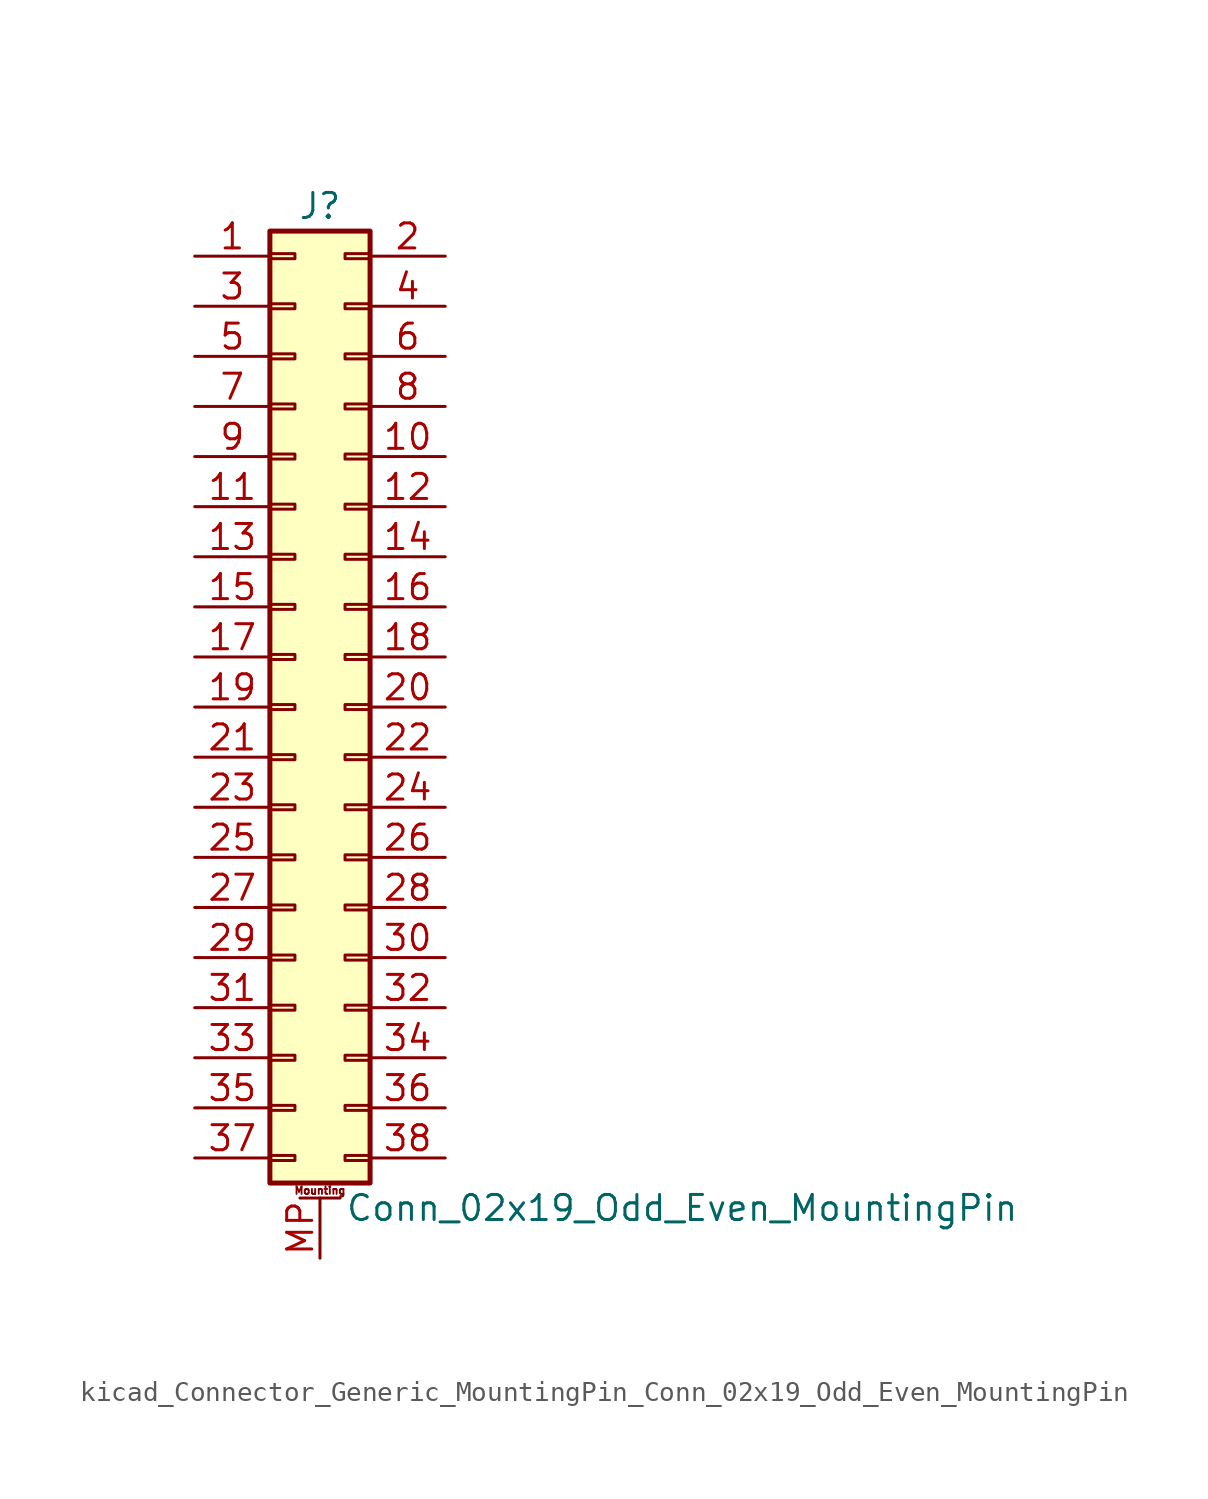
<source format=kicad_sym>
(kicad_symbol_lib
  (version 20220914)
  (generator kicad_symbol_editor)
  (symbol "kicad_Connector_Generic_MountingPin_Conn_02x19_Odd_Even_MountingPin"
    (pin_names
      (offset 1.016) hide)
    (property "Reference" "J"
      (at 1.27 25.4 0)
      (effects (font (size 1.27 1.27))))
    (property "Value" "Conn_02x19_Odd_Even_MountingPin"
      (at 2.54 -25.4 0)
      (effects (font (size 1.27 1.27)) (justify left)))
    (symbol "kicad_Connector_Generic_MountingPin_Conn_02x19_Odd_Even_MountingPin_1_1"
      (rectangle (start -1.27 -22.733) (end 0 -22.987) (stroke (width 0.152) (type default)) (fill (type none)))
      (rectangle (start -1.27 -20.193) (end 0 -20.447) (stroke (width 0.152) (type default)) (fill (type none)))
      (rectangle (start -1.27 -17.653) (end 0 -17.907) (stroke (width 0.152) (type default)) (fill (type none)))
      (rectangle (start -1.27 -15.113) (end 0 -15.367) (stroke (width 0.152) (type default)) (fill (type none)))
      (rectangle (start -1.27 -12.573) (end 0 -12.827) (stroke (width 0.152) (type default)) (fill (type none)))
      (rectangle (start -1.27 -10.033) (end 0 -10.287) (stroke (width 0.152) (type default)) (fill (type none)))
      (rectangle (start -1.27 -7.493) (end 0 -7.747) (stroke (width 0.152) (type default)) (fill (type none)))
      (rectangle (start -1.27 -4.953) (end 0 -5.207) (stroke (width 0.152) (type default)) (fill (type none)))
      (rectangle (start -1.27 -2.413) (end 0 -2.667) (stroke (width 0.152) (type default)) (fill (type none)))
      (rectangle (start -1.27 0.127) (end 0 -0.127) (stroke (width 0.152) (type default)) (fill (type none)))
      (rectangle (start -1.27 2.667) (end 0 2.413) (stroke (width 0.152) (type default)) (fill (type none)))
      (rectangle (start -1.27 5.207) (end 0 4.953) (stroke (width 0.152) (type default)) (fill (type none)))
      (rectangle (start -1.27 7.747) (end 0 7.493) (stroke (width 0.152) (type default)) (fill (type none)))
      (rectangle (start -1.27 10.287) (end 0 10.033) (stroke (width 0.152) (type default)) (fill (type none)))
      (rectangle (start -1.27 12.827) (end 0 12.573) (stroke (width 0.152) (type default)) (fill (type none)))
      (rectangle (start -1.27 15.367) (end 0 15.113) (stroke (width 0.152) (type default)) (fill (type none)))
      (rectangle (start -1.27 17.907) (end 0 17.653) (stroke (width 0.152) (type default)) (fill (type none)))
      (rectangle (start -1.27 20.447) (end 0 20.193) (stroke (width 0.152) (type default)) (fill (type none)))
      (rectangle (start -1.27 22.987) (end 0 22.733) (stroke (width 0.152) (type default)) (fill (type none)))
      (rectangle (start -1.27 24.13) (end 3.81 -24.13) (stroke (width 0.254) (type default)) (fill (type background)))
      (polyline (pts (xy 0.254 -24.892) (xy 2.286 -24.892)) (stroke (width 0.152) (type default)) (fill (type none)))
      (rectangle (start 3.81 -22.733) (end 2.54 -22.987) (stroke (width 0.152) (type default)) (fill (type none)))
      (rectangle (start 3.81 -20.193) (end 2.54 -20.447) (stroke (width 0.152) (type default)) (fill (type none)))
      (rectangle (start 3.81 -17.653) (end 2.54 -17.907) (stroke (width 0.152) (type default)) (fill (type none)))
      (rectangle (start 3.81 -15.113) (end 2.54 -15.367) (stroke (width 0.152) (type default)) (fill (type none)))
      (rectangle (start 3.81 -12.573) (end 2.54 -12.827) (stroke (width 0.152) (type default)) (fill (type none)))
      (rectangle (start 3.81 -10.033) (end 2.54 -10.287) (stroke (width 0.152) (type default)) (fill (type none)))
      (rectangle (start 3.81 -7.493) (end 2.54 -7.747) (stroke (width 0.152) (type default)) (fill (type none)))
      (rectangle (start 3.81 -4.953) (end 2.54 -5.207) (stroke (width 0.152) (type default)) (fill (type none)))
      (rectangle (start 3.81 -2.413) (end 2.54 -2.667) (stroke (width 0.152) (type default)) (fill (type none)))
      (rectangle (start 3.81 0.127) (end 2.54 -0.127) (stroke (width 0.152) (type default)) (fill (type none)))
      (rectangle (start 3.81 2.667) (end 2.54 2.413) (stroke (width 0.152) (type default)) (fill (type none)))
      (rectangle (start 3.81 5.207) (end 2.54 4.953) (stroke (width 0.152) (type default)) (fill (type none)))
      (rectangle (start 3.81 7.747) (end 2.54 7.493) (stroke (width 0.152) (type default)) (fill (type none)))
      (rectangle (start 3.81 10.287) (end 2.54 10.033) (stroke (width 0.152) (type default)) (fill (type none)))
      (rectangle (start 3.81 12.827) (end 2.54 12.573) (stroke (width 0.152) (type default)) (fill (type none)))
      (rectangle (start 3.81 15.367) (end 2.54 15.113) (stroke (width 0.152) (type default)) (fill (type none)))
      (rectangle (start 3.81 17.907) (end 2.54 17.653) (stroke (width 0.152) (type default)) (fill (type none)))
      (rectangle (start 3.81 20.447) (end 2.54 20.193) (stroke (width 0.152) (type default)) (fill (type none)))
      (rectangle (start 3.81 22.987) (end 2.54 22.733) (stroke (width 0.152) (type default)) (fill (type none)))
      (text "Mounting" (at 1.27 -24.511 0) (effects (font (size 0.381 0.381))))
      (pin passive line (at -5.08 22.86 0) (length 3.81) (name "Pin_1" (effects (font (size 1.27 1.27)))) (number "1" (effects (font (size 1.27 1.27)))))
      (pin passive line (at 7.62 12.7 180) (length 3.81) (name "Pin_10" (effects (font (size 1.27 1.27)))) (number "10" (effects (font (size 1.27 1.27)))))
      (pin passive line (at -5.08 10.16 0) (length 3.81) (name "Pin_11" (effects (font (size 1.27 1.27)))) (number "11" (effects (font (size 1.27 1.27)))))
      (pin passive line (at 7.62 10.16 180) (length 3.81) (name "Pin_12" (effects (font (size 1.27 1.27)))) (number "12" (effects (font (size 1.27 1.27)))))
      (pin passive line (at -5.08 7.62 0) (length 3.81) (name "Pin_13" (effects (font (size 1.27 1.27)))) (number "13" (effects (font (size 1.27 1.27)))))
      (pin passive line (at 7.62 7.62 180) (length 3.81) (name "Pin_14" (effects (font (size 1.27 1.27)))) (number "14" (effects (font (size 1.27 1.27)))))
      (pin passive line (at -5.08 5.08 0) (length 3.81) (name "Pin_15" (effects (font (size 1.27 1.27)))) (number "15" (effects (font (size 1.27 1.27)))))
      (pin passive line (at 7.62 5.08 180) (length 3.81) (name "Pin_16" (effects (font (size 1.27 1.27)))) (number "16" (effects (font (size 1.27 1.27)))))
      (pin passive line (at -5.08 2.54 0) (length 3.81) (name "Pin_17" (effects (font (size 1.27 1.27)))) (number "17" (effects (font (size 1.27 1.27)))))
      (pin passive line (at 7.62 2.54 180) (length 3.81) (name "Pin_18" (effects (font (size 1.27 1.27)))) (number "18" (effects (font (size 1.27 1.27)))))
      (pin passive line (at -5.08 0 0) (length 3.81) (name "Pin_19" (effects (font (size 1.27 1.27)))) (number "19" (effects (font (size 1.27 1.27)))))
      (pin passive line (at 7.62 22.86 180) (length 3.81) (name "Pin_2" (effects (font (size 1.27 1.27)))) (number "2" (effects (font (size 1.27 1.27)))))
      (pin passive line (at 7.62 0 180) (length 3.81) (name "Pin_20" (effects (font (size 1.27 1.27)))) (number "20" (effects (font (size 1.27 1.27)))))
      (pin passive line (at -5.08 -2.54 0) (length 3.81) (name "Pin_21" (effects (font (size 1.27 1.27)))) (number "21" (effects (font (size 1.27 1.27)))))
      (pin passive line (at 7.62 -2.54 180) (length 3.81) (name "Pin_22" (effects (font (size 1.27 1.27)))) (number "22" (effects (font (size 1.27 1.27)))))
      (pin passive line (at -5.08 -5.08 0) (length 3.81) (name "Pin_23" (effects (font (size 1.27 1.27)))) (number "23" (effects (font (size 1.27 1.27)))))
      (pin passive line (at 7.62 -5.08 180) (length 3.81) (name "Pin_24" (effects (font (size 1.27 1.27)))) (number "24" (effects (font (size 1.27 1.27)))))
      (pin passive line (at -5.08 -7.62 0) (length 3.81) (name "Pin_25" (effects (font (size 1.27 1.27)))) (number "25" (effects (font (size 1.27 1.27)))))
      (pin passive line (at 7.62 -7.62 180) (length 3.81) (name "Pin_26" (effects (font (size 1.27 1.27)))) (number "26" (effects (font (size 1.27 1.27)))))
      (pin passive line (at -5.08 -10.16 0) (length 3.81) (name "Pin_27" (effects (font (size 1.27 1.27)))) (number "27" (effects (font (size 1.27 1.27)))))
      (pin passive line (at 7.62 -10.16 180) (length 3.81) (name "Pin_28" (effects (font (size 1.27 1.27)))) (number "28" (effects (font (size 1.27 1.27)))))
      (pin passive line (at -5.08 -12.7 0) (length 3.81) (name "Pin_29" (effects (font (size 1.27 1.27)))) (number "29" (effects (font (size 1.27 1.27)))))
      (pin passive line (at -5.08 20.32 0) (length 3.81) (name "Pin_3" (effects (font (size 1.27 1.27)))) (number "3" (effects (font (size 1.27 1.27)))))
      (pin passive line (at 7.62 -12.7 180) (length 3.81) (name "Pin_30" (effects (font (size 1.27 1.27)))) (number "30" (effects (font (size 1.27 1.27)))))
      (pin passive line (at -5.08 -15.24 0) (length 3.81) (name "Pin_31" (effects (font (size 1.27 1.27)))) (number "31" (effects (font (size 1.27 1.27)))))
      (pin passive line (at 7.62 -15.24 180) (length 3.81) (name "Pin_32" (effects (font (size 1.27 1.27)))) (number "32" (effects (font (size 1.27 1.27)))))
      (pin passive line (at -5.08 -17.78 0) (length 3.81) (name "Pin_33" (effects (font (size 1.27 1.27)))) (number "33" (effects (font (size 1.27 1.27)))))
      (pin passive line (at 7.62 -17.78 180) (length 3.81) (name "Pin_34" (effects (font (size 1.27 1.27)))) (number "34" (effects (font (size 1.27 1.27)))))
      (pin passive line (at -5.08 -20.32 0) (length 3.81) (name "Pin_35" (effects (font (size 1.27 1.27)))) (number "35" (effects (font (size 1.27 1.27)))))
      (pin passive line (at 7.62 -20.32 180) (length 3.81) (name "Pin_36" (effects (font (size 1.27 1.27)))) (number "36" (effects (font (size 1.27 1.27)))))
      (pin passive line (at -5.08 -22.86 0) (length 3.81) (name "Pin_37" (effects (font (size 1.27 1.27)))) (number "37" (effects (font (size 1.27 1.27)))))
      (pin passive line (at 7.62 -22.86 180) (length 3.81) (name "Pin_38" (effects (font (size 1.27 1.27)))) (number "38" (effects (font (size 1.27 1.27)))))
      (pin passive line (at 7.62 20.32 180) (length 3.81) (name "Pin_4" (effects (font (size 1.27 1.27)))) (number "4" (effects (font (size 1.27 1.27)))))
      (pin passive line (at -5.08 17.78 0) (length 3.81) (name "Pin_5" (effects (font (size 1.27 1.27)))) (number "5" (effects (font (size 1.27 1.27)))))
      (pin passive line (at 7.62 17.78 180) (length 3.81) (name "Pin_6" (effects (font (size 1.27 1.27)))) (number "6" (effects (font (size 1.27 1.27)))))
      (pin passive line (at -5.08 15.24 0) (length 3.81) (name "Pin_7" (effects (font (size 1.27 1.27)))) (number "7" (effects (font (size 1.27 1.27)))))
      (pin passive line (at 7.62 15.24 180) (length 3.81) (name "Pin_8" (effects (font (size 1.27 1.27)))) (number "8" (effects (font (size 1.27 1.27)))))
      (pin passive line (at -5.08 12.7 0) (length 3.81) (name "Pin_9" (effects (font (size 1.27 1.27)))) (number "9" (effects (font (size 1.27 1.27)))))
      (pin passive line (at 1.27 -27.94 90) (length 3.048) (name "MountPin" (effects (font (size 1.27 1.27)))) (number "MP" (effects (font (size 1.27 1.27))))))))
</source>
